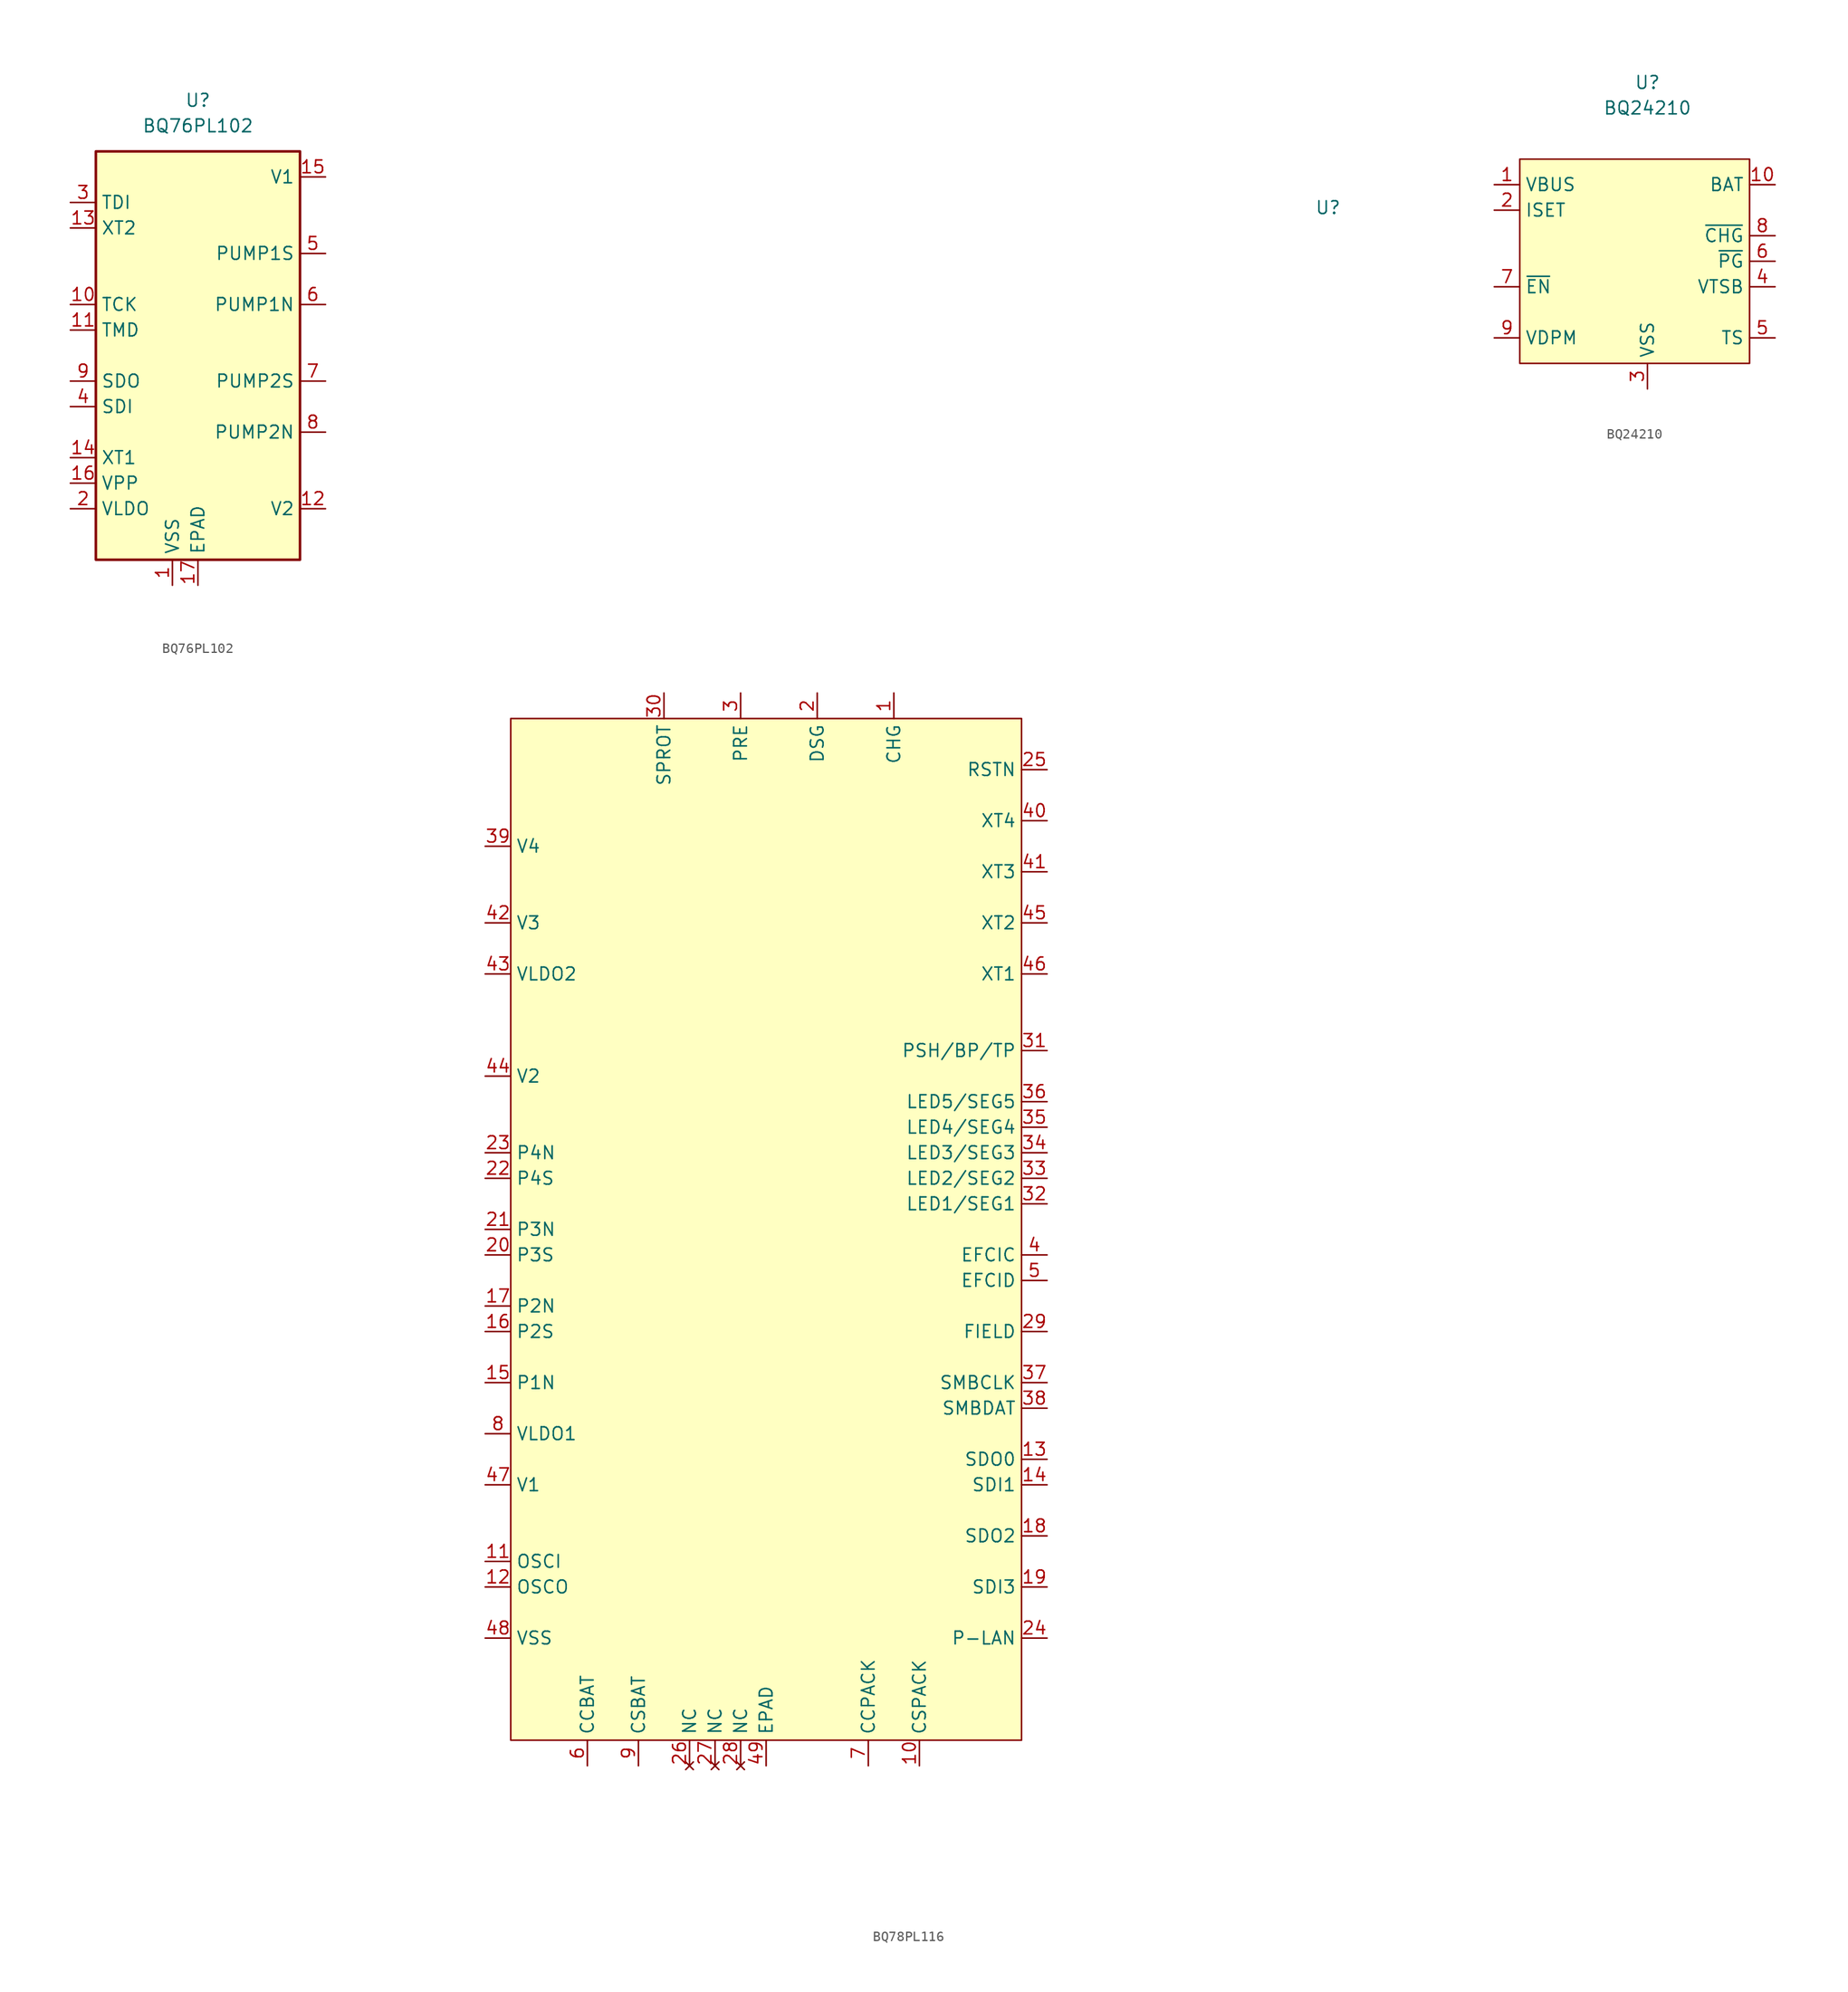
<source format=kicad_sym>
(kicad_symbol_lib
  (version 20220914)
  (generator kicad_symbol_editor)
  (symbol "BQ76PL102"
    (property "Reference" "U"
      (at 0 25.4 0)
      (effects (font (size 1.27 1.27))))
    (property "Value" "BQ76PL102"
      (at 0 22.86 0)
      (effects (font (size 1.27 1.27))))
    (symbol "BQ76PL102_0_1"
      (rectangle (start -10.16 20.32) (end 10.16 -20.32) (stroke (width 0.254) (type default)) (fill (type background))))
    (symbol "BQ76PL102_1_0"
      (pin power_in line (at 0 -22.86 90) (length 2.54) (name "EPAD" (effects (font (size 1.27 1.27)))) (number "17" (effects (font (size 1.27 1.27))))))
    (symbol "BQ76PL102_1_1"
      (pin output line (at -2.54 -22.86 90) (length 2.54) (name "VSS" (effects (font (size 1.27 1.27)))) (number "1" (effects (font (size 1.27 1.27)))))
      (pin output line (at -12.7 5.08 0) (length 2.54) (name "TCK" (effects (font (size 1.27 1.27)))) (number "10" (effects (font (size 1.27 1.27)))))
      (pin power_in line (at -12.7 2.54 0) (length 2.54) (name "TMD" (effects (font (size 1.27 1.27)))) (number "11" (effects (font (size 1.27 1.27)))))
      (pin output line (at 12.7 -15.24 180) (length 2.54) (name "V2" (effects (font (size 1.27 1.27)))) (number "12" (effects (font (size 1.27 1.27)))))
      (pin passive line (at -12.7 12.7 0) (length 2.54) (name "XT2" (effects (font (size 1.27 1.27)))) (number "13" (effects (font (size 1.27 1.27)))))
      (pin output line (at -12.7 -10.16 0) (length 2.54) (name "XT1" (effects (font (size 1.27 1.27)))) (number "14" (effects (font (size 1.27 1.27)))))
      (pin passive line (at 12.7 17.78 180) (length 2.54) (name "V1" (effects (font (size 1.27 1.27)))) (number "15" (effects (font (size 1.27 1.27)))))
      (pin output line (at -12.7 -12.7 0) (length 2.54) (name "VPP" (effects (font (size 1.27 1.27)))) (number "16" (effects (font (size 1.27 1.27)))))
      (pin power_in line (at -12.7 -15.24 0) (length 2.54) (name "VLDO" (effects (font (size 1.27 1.27)))) (number "2" (effects (font (size 1.27 1.27)))))
      (pin passive line (at -12.7 15.24 0) (length 2.54) (name "TDI" (effects (font (size 1.27 1.27)))) (number "3" (effects (font (size 1.27 1.27)))))
      (pin input line (at -12.7 -5.08 0) (length 2.54) (name "SDI" (effects (font (size 1.27 1.27)))) (number "4" (effects (font (size 1.27 1.27)))))
      (pin input line (at 12.7 10.16 180) (length 2.54) (name "PUMP1S" (effects (font (size 1.27 1.27)))) (number "5" (effects (font (size 1.27 1.27)))))
      (pin input line (at 12.7 5.08 180) (length 2.54) (name "PUMP1N" (effects (font (size 1.27 1.27)))) (number "6" (effects (font (size 1.27 1.27)))))
      (pin input line (at 12.7 -2.54 180) (length 2.54) (name "PUMP2S" (effects (font (size 1.27 1.27)))) (number "7" (effects (font (size 1.27 1.27)))))
      (pin input line (at 12.7 -7.62 180) (length 2.54) (name "PUMP2N" (effects (font (size 1.27 1.27)))) (number "8" (effects (font (size 1.27 1.27)))))
      (pin output line (at -12.7 -2.54 0) (length 2.54) (name "SDO" (effects (font (size 1.27 1.27)))) (number "9" (effects (font (size 1.27 1.27)))))))
  (symbol "BQ78PL116"
    (property "Reference" "U"
      (at 0 2.54 0)
      (effects (font (size 1.27 1.27))))
    (property "Value" ""
      (at -48.26 -45.72 90)
      (effects (font (size 1.27 1.27))))
    (symbol "BQ78PL116_0_0"
      (pin passive line (at -43.18 -45.72 270) (length 2.54) (name "CHG" (effects (font (size 1.27 1.27)))) (number "1" (effects (font (size 1.27 1.27)))))
      (pin passive line (at -40.64 -152.4 90) (length 2.54) (name "CSPACK" (effects (font (size 1.27 1.27)))) (number "10" (effects (font (size 1.27 1.27)))))
      (pin passive line (at -83.82 -132.08 0) (length 2.54) (name "OSCI" (effects (font (size 1.27 1.27)))) (number "11" (effects (font (size 1.27 1.27)))))
      (pin passive line (at -83.82 -134.62 0) (length 2.54) (name "OSCO" (effects (font (size 1.27 1.27)))) (number "12" (effects (font (size 1.27 1.27)))))
      (pin passive line (at -27.94 -121.92 180) (length 2.54) (name "SDO0" (effects (font (size 1.27 1.27)))) (number "13" (effects (font (size 1.27 1.27)))))
      (pin passive line (at -27.94 -124.46 180) (length 2.54) (name "SDI1" (effects (font (size 1.27 1.27)))) (number "14" (effects (font (size 1.27 1.27)))))
      (pin passive line (at -83.82 -114.3 0) (length 2.54) (name "P1N" (effects (font (size 1.27 1.27)))) (number "15" (effects (font (size 1.27 1.27)))))
      (pin passive line (at -83.82 -109.22 0) (length 2.54) (name "P2S" (effects (font (size 1.27 1.27)))) (number "16" (effects (font (size 1.27 1.27)))))
      (pin passive line (at -83.82 -106.68 0) (length 2.54) (name "P2N" (effects (font (size 1.27 1.27)))) (number "17" (effects (font (size 1.27 1.27)))))
      (pin passive line (at -27.94 -129.54 180) (length 2.54) (name "SDO2" (effects (font (size 1.27 1.27)))) (number "18" (effects (font (size 1.27 1.27)))))
      (pin passive line (at -27.94 -134.62 180) (length 2.54) (name "SDI3" (effects (font (size 1.27 1.27)))) (number "19" (effects (font (size 1.27 1.27)))))
      (pin passive line (at -50.8 -45.72 270) (length 2.54) (name "DSG" (effects (font (size 1.27 1.27)))) (number "2" (effects (font (size 1.27 1.27)))))
      (pin passive line (at -83.82 -101.6 0) (length 2.54) (name "P3S" (effects (font (size 1.27 1.27)))) (number "20" (effects (font (size 1.27 1.27)))))
      (pin passive line (at -83.82 -99.06 0) (length 2.54) (name "P3N" (effects (font (size 1.27 1.27)))) (number "21" (effects (font (size 1.27 1.27)))))
      (pin passive line (at -83.82 -93.98 0) (length 2.54) (name "P4S" (effects (font (size 1.27 1.27)))) (number "22" (effects (font (size 1.27 1.27)))))
      (pin passive line (at -83.82 -91.44 0) (length 2.54) (name "P4N" (effects (font (size 1.27 1.27)))) (number "23" (effects (font (size 1.27 1.27)))))
      (pin passive line (at -27.94 -139.7 180) (length 2.54) (name "P-LAN" (effects (font (size 1.27 1.27)))) (number "24" (effects (font (size 1.27 1.27)))))
      (pin no_connect line (at -63.5 -152.4 90) (length 2.54) (name "NC" (effects (font (size 1.27 1.27)))) (number "26" (effects (font (size 1.27 1.27)))))
      (pin no_connect line (at -60.96 -152.4 90) (length 2.54) (name "NC" (effects (font (size 1.27 1.27)))) (number "27" (effects (font (size 1.27 1.27)))))
      (pin no_connect line (at -58.42 -152.4 90) (length 2.54) (name "NC" (effects (font (size 1.27 1.27)))) (number "28" (effects (font (size 1.27 1.27)))))
      (pin passive line (at -27.94 -109.22 180) (length 2.54) (name "FIELD" (effects (font (size 1.27 1.27)))) (number "29" (effects (font (size 1.27 1.27)))))
      (pin passive line (at -58.42 -45.72 270) (length 2.54) (name "PRE" (effects (font (size 1.27 1.27)))) (number "3" (effects (font (size 1.27 1.27)))))
      (pin passive line (at -66.04 -45.72 270) (length 2.54) (name "SPROT" (effects (font (size 1.27 1.27)))) (number "30" (effects (font (size 1.27 1.27)))))
      (pin passive line (at -27.94 -81.28 180) (length 2.54) (name "PSH/BP/TP" (effects (font (size 1.27 1.27)))) (number "31" (effects (font (size 1.27 1.27)))))
      (pin passive line (at -27.94 -96.52 180) (length 2.54) (name "LED1/SEG1" (effects (font (size 1.27 1.27)))) (number "32" (effects (font (size 1.27 1.27)))))
      (pin passive line (at -27.94 -93.98 180) (length 2.54) (name "LED2/SEG2" (effects (font (size 1.27 1.27)))) (number "33" (effects (font (size 1.27 1.27)))))
      (pin passive line (at -27.94 -91.44 180) (length 2.54) (name "LED3/SEG3" (effects (font (size 1.27 1.27)))) (number "34" (effects (font (size 1.27 1.27)))))
      (pin passive line (at -27.94 -88.9 180) (length 2.54) (name "LED4/SEG4" (effects (font (size 1.27 1.27)))) (number "35" (effects (font (size 1.27 1.27)))))
      (pin passive line (at -27.94 -86.36 180) (length 2.54) (name "LED5/SEG5" (effects (font (size 1.27 1.27)))) (number "36" (effects (font (size 1.27 1.27)))))
      (pin passive line (at -27.94 -114.3 180) (length 2.54) (name "SMBCLK" (effects (font (size 1.27 1.27)))) (number "37" (effects (font (size 1.27 1.27)))))
      (pin passive line (at -27.94 -116.84 180) (length 2.54) (name "SMBDAT" (effects (font (size 1.27 1.27)))) (number "38" (effects (font (size 1.27 1.27)))))
      (pin passive line (at -83.82 -60.96 0) (length 2.54) (name "V4" (effects (font (size 1.27 1.27)))) (number "39" (effects (font (size 1.27 1.27)))))
      (pin passive line (at -27.94 -101.6 180) (length 2.54) (name "EFCIC" (effects (font (size 1.27 1.27)))) (number "4" (effects (font (size 1.27 1.27)))))
      (pin passive line (at -27.94 -58.42 180) (length 2.54) (name "XT4" (effects (font (size 1.27 1.27)))) (number "40" (effects (font (size 1.27 1.27)))))
      (pin passive line (at -27.94 -63.5 180) (length 2.54) (name "XT3" (effects (font (size 1.27 1.27)))) (number "41" (effects (font (size 1.27 1.27)))))
      (pin passive line (at -83.82 -68.58 0) (length 2.54) (name "V3" (effects (font (size 1.27 1.27)))) (number "42" (effects (font (size 1.27 1.27)))))
      (pin passive line (at -83.82 -73.66 0) (length 2.54) (name "VLDO2" (effects (font (size 1.27 1.27)))) (number "43" (effects (font (size 1.27 1.27)))))
      (pin passive line (at -83.82 -83.82 0) (length 2.54) (name "V2" (effects (font (size 1.27 1.27)))) (number "44" (effects (font (size 1.27 1.27)))))
      (pin passive line (at -27.94 -68.58 180) (length 2.54) (name "XT2" (effects (font (size 1.27 1.27)))) (number "45" (effects (font (size 1.27 1.27)))))
      (pin passive line (at -27.94 -73.66 180) (length 2.54) (name "XT1" (effects (font (size 1.27 1.27)))) (number "46" (effects (font (size 1.27 1.27)))))
      (pin passive line (at -83.82 -124.46 0) (length 2.54) (name "V1" (effects (font (size 1.27 1.27)))) (number "47" (effects (font (size 1.27 1.27)))))
      (pin passive line (at -83.82 -139.7 0) (length 2.54) (name "VSS" (effects (font (size 1.27 1.27)))) (number "48" (effects (font (size 1.27 1.27)))))
      (pin passive line (at -55.88 -152.4 90) (length 2.54) (name "EPAD" (effects (font (size 1.27 1.27)))) (number "49" (effects (font (size 1.27 1.27)))))
      (pin passive line (at -27.94 -104.14 180) (length 2.54) (name "EFCID" (effects (font (size 1.27 1.27)))) (number "5" (effects (font (size 1.27 1.27)))))
      (pin passive line (at -73.66 -152.4 90) (length 2.54) (name "CCBAT" (effects (font (size 1.27 1.27)))) (number "6" (effects (font (size 1.27 1.27)))))
      (pin passive line (at -45.72 -152.4 90) (length 2.54) (name "CCPACK" (effects (font (size 1.27 1.27)))) (number "7" (effects (font (size 1.27 1.27)))))
      (pin passive line (at -83.82 -119.38 0) (length 2.54) (name "VLDO1" (effects (font (size 1.27 1.27)))) (number "8" (effects (font (size 1.27 1.27)))))
      (pin passive line (at -68.58 -152.4 90) (length 2.54) (name "CSBAT" (effects (font (size 1.27 1.27)))) (number "9" (effects (font (size 1.27 1.27))))))
    (symbol "BQ78PL116_1_0"
      (pin passive line (at -27.94 -53.34 180) (length 2.54) (name "RSTN" (effects (font (size 1.27 1.27)))) (number "25" (effects (font (size 1.27 1.27))))))
    (symbol "BQ78PL116_1_1"
      (rectangle (start -81.28 -48.26) (end -30.48 -149.86) (stroke (width 0) (type default)) (fill (type background)))))
  (symbol "BQ24210"
    (property "Reference" "U"
      (at 0 7.62 0)
      (effects (font (size 1.27 1.27))))
    (property "Value" "BQ24210"
      (at 0 5.08 0)
      (effects (font (size 1.27 1.27))))
    (symbol "BQ24210_0_0"
      (pin passive line (at -15.24 -2.54 0) (length 2.54) (name "VBUS" (effects (font (size 1.27 1.27)))) (number "1" (effects (font (size 1.27 1.27)))))
      (pin passive line (at 12.7 -2.54 180) (length 2.54) (name "BAT" (effects (font (size 1.27 1.27)))) (number "10" (effects (font (size 1.27 1.27)))))
      (pin passive line (at -15.24 -5.08 0) (length 2.54) (name "ISET" (effects (font (size 1.27 1.27)))) (number "2" (effects (font (size 1.27 1.27)))))
      (pin passive line (at 0 -22.86 90) (length 2.54) (name "VSS" (effects (font (size 1.27 1.27)))) (number "3" (effects (font (size 1.27 1.27)))))
      (pin passive line (at 12.7 -12.7 180) (length 2.54) (name "VTSB" (effects (font (size 1.27 1.27)))) (number "4" (effects (font (size 1.27 1.27)))))
      (pin passive line (at 12.7 -17.78 180) (length 2.54) (name "TS" (effects (font (size 1.27 1.27)))) (number "5" (effects (font (size 1.27 1.27)))))
      (pin passive line (at 12.7 -10.16 180) (length 2.54) (name "~{PG}" (effects (font (size 1.27 1.27)))) (number "6" (effects (font (size 1.27 1.27)))))
      (pin passive line (at -15.24 -12.7 0) (length 2.54) (name "~{EN}" (effects (font (size 1.27 1.27)))) (number "7" (effects (font (size 1.27 1.27)))))
      (pin passive line (at 12.7 -7.62 180) (length 2.54) (name "~{CHG}" (effects (font (size 1.27 1.27)))) (number "8" (effects (font (size 1.27 1.27)))))
      (pin passive line (at -15.24 -17.78 0) (length 2.54) (name "VDPM" (effects (font (size 1.27 1.27)))) (number "9" (effects (font (size 1.27 1.27))))))
    (symbol "BQ24210_1_1"
      (rectangle (start -12.7 0) (end 10.16 -20.32) (stroke (width 0) (type default)) (fill (type background))))))
</source>
